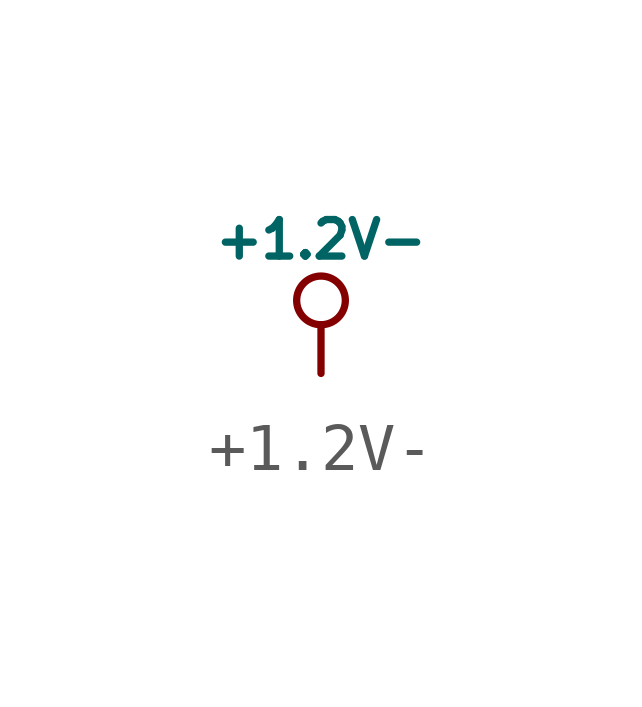
<source format=kicad_sym>
(kicad_symbol_lib
  (version 20220914)
  (generator kicad_symbol_editor)
  (symbol "+1.2V-"
    (power)
    (pin_names
      (offset 0))
    (property "Reference" "#PWR"
      (at 0 3.556 0)
      (effects (font (size 0.508 0.508)) hide))
    (property "Value" "+1.2V-"
      (at 0 2.794 0)
      (effects (font (size 0.762 0.762))))
    (symbol "+1.2V-_0_0"
      (polyline (pts (xy 0 0) (xy 0 1.016) (xy 0 1.016)) (stroke (width 0) (type solid)) (fill (type none)))
      (pin power_in line (at 0 0 90) (length 0) hide (name "+1.2V" (effects (font (size 0.508 0.508)))) (number "1" (effects (font (size 0.508 0.508))))))
    (symbol "+1.2V-_0_1"
      (circle (center 0 1.524) (radius 0.508) (stroke (width 0) (type solid)) (fill (type none))))))
</source>
